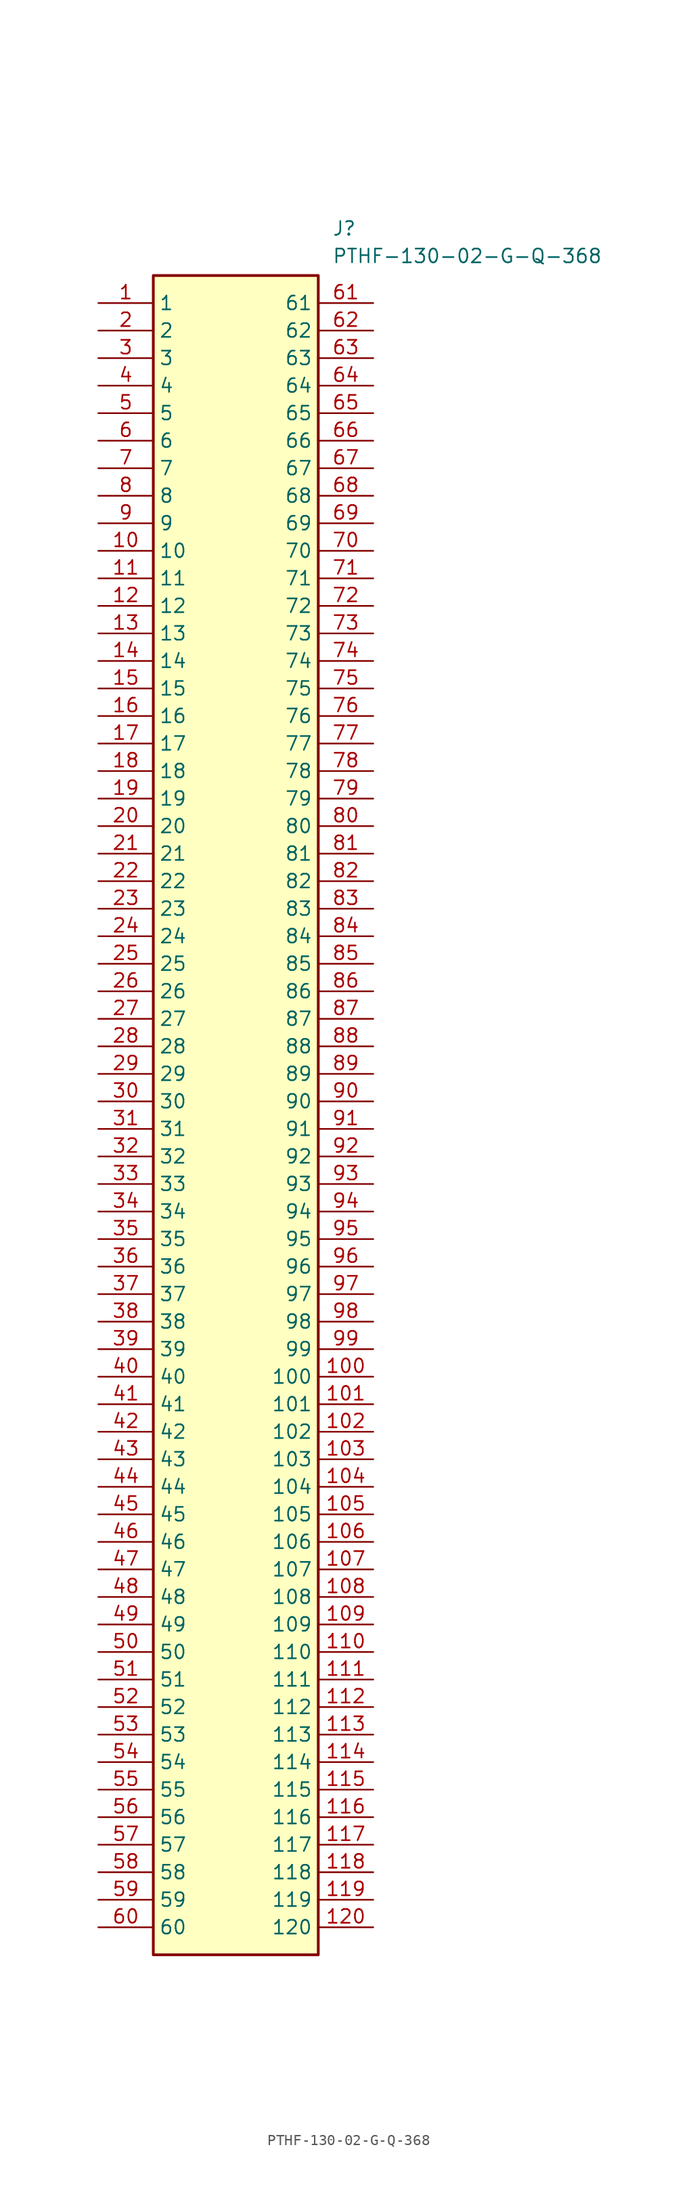
<source format=kicad_sym>
(kicad_symbol_lib
  (version 20211014)
  (generator SamacSys_ECAD_Model)
  (symbol "PTHF-130-02-G-Q-368"
    (property "Reference" "J"
      (at 21.59 7.62 0)
      (effects (font (size 1.27 1.27)) (justify left top)))
    (property "Value" "PTHF-130-02-G-Q-368"
      (at 21.59 5.08 0)
      (effects (font (size 1.27 1.27)) (justify left top)))
    (rectangle
      (start 5.08 2.54)
      (end 20.32 -152.4)
      (stroke (width 0.254) (type default))
      (fill (type background)))
    (pin passive line
      (at 0 0 0)
      (length 5.08)
      (name "1" (effects (font (size 1.27 1.27))))
      (number "1" (effects (font (size 1.27 1.27)))))
    (pin passive line
      (at 0 -2.54 0)
      (length 5.08)
      (name "2" (effects (font (size 1.27 1.27))))
      (number "2" (effects (font (size 1.27 1.27)))))
    (pin passive line
      (at 0 -5.08 0)
      (length 5.08)
      (name "3" (effects (font (size 1.27 1.27))))
      (number "3" (effects (font (size 1.27 1.27)))))
    (pin passive line
      (at 0 -7.62 0)
      (length 5.08)
      (name "4" (effects (font (size 1.27 1.27))))
      (number "4" (effects (font (size 1.27 1.27)))))
    (pin passive line
      (at 0 -10.16 0)
      (length 5.08)
      (name "5" (effects (font (size 1.27 1.27))))
      (number "5" (effects (font (size 1.27 1.27)))))
    (pin passive line
      (at 0 -12.7 0)
      (length 5.08)
      (name "6" (effects (font (size 1.27 1.27))))
      (number "6" (effects (font (size 1.27 1.27)))))
    (pin passive line
      (at 0 -15.24 0)
      (length 5.08)
      (name "7" (effects (font (size 1.27 1.27))))
      (number "7" (effects (font (size 1.27 1.27)))))
    (pin passive line
      (at 0 -17.78 0)
      (length 5.08)
      (name "8" (effects (font (size 1.27 1.27))))
      (number "8" (effects (font (size 1.27 1.27)))))
    (pin passive line
      (at 0 -20.32 0)
      (length 5.08)
      (name "9" (effects (font (size 1.27 1.27))))
      (number "9" (effects (font (size 1.27 1.27)))))
    (pin passive line
      (at 0 -22.86 0)
      (length 5.08)
      (name "10" (effects (font (size 1.27 1.27))))
      (number "10" (effects (font (size 1.27 1.27)))))
    (pin passive line
      (at 0 -25.4 0)
      (length 5.08)
      (name "11" (effects (font (size 1.27 1.27))))
      (number "11" (effects (font (size 1.27 1.27)))))
    (pin passive line
      (at 0 -27.94 0)
      (length 5.08)
      (name "12" (effects (font (size 1.27 1.27))))
      (number "12" (effects (font (size 1.27 1.27)))))
    (pin passive line
      (at 0 -30.48 0)
      (length 5.08)
      (name "13" (effects (font (size 1.27 1.27))))
      (number "13" (effects (font (size 1.27 1.27)))))
    (pin passive line
      (at 0 -33.02 0)
      (length 5.08)
      (name "14" (effects (font (size 1.27 1.27))))
      (number "14" (effects (font (size 1.27 1.27)))))
    (pin passive line
      (at 0 -35.56 0)
      (length 5.08)
      (name "15" (effects (font (size 1.27 1.27))))
      (number "15" (effects (font (size 1.27 1.27)))))
    (pin passive line
      (at 0 -38.1 0)
      (length 5.08)
      (name "16" (effects (font (size 1.27 1.27))))
      (number "16" (effects (font (size 1.27 1.27)))))
    (pin passive line
      (at 0 -40.64 0)
      (length 5.08)
      (name "17" (effects (font (size 1.27 1.27))))
      (number "17" (effects (font (size 1.27 1.27)))))
    (pin passive line
      (at 0 -43.18 0)
      (length 5.08)
      (name "18" (effects (font (size 1.27 1.27))))
      (number "18" (effects (font (size 1.27 1.27)))))
    (pin passive line
      (at 0 -45.72 0)
      (length 5.08)
      (name "19" (effects (font (size 1.27 1.27))))
      (number "19" (effects (font (size 1.27 1.27)))))
    (pin passive line
      (at 0 -48.26 0)
      (length 5.08)
      (name "20" (effects (font (size 1.27 1.27))))
      (number "20" (effects (font (size 1.27 1.27)))))
    (pin passive line
      (at 0 -50.8 0)
      (length 5.08)
      (name "21" (effects (font (size 1.27 1.27))))
      (number "21" (effects (font (size 1.27 1.27)))))
    (pin passive line
      (at 0 -53.34 0)
      (length 5.08)
      (name "22" (effects (font (size 1.27 1.27))))
      (number "22" (effects (font (size 1.27 1.27)))))
    (pin passive line
      (at 0 -55.88 0)
      (length 5.08)
      (name "23" (effects (font (size 1.27 1.27))))
      (number "23" (effects (font (size 1.27 1.27)))))
    (pin passive line
      (at 0 -58.42 0)
      (length 5.08)
      (name "24" (effects (font (size 1.27 1.27))))
      (number "24" (effects (font (size 1.27 1.27)))))
    (pin passive line
      (at 0 -60.96 0)
      (length 5.08)
      (name "25" (effects (font (size 1.27 1.27))))
      (number "25" (effects (font (size 1.27 1.27)))))
    (pin passive line
      (at 0 -63.5 0)
      (length 5.08)
      (name "26" (effects (font (size 1.27 1.27))))
      (number "26" (effects (font (size 1.27 1.27)))))
    (pin passive line
      (at 0 -66.04 0)
      (length 5.08)
      (name "27" (effects (font (size 1.27 1.27))))
      (number "27" (effects (font (size 1.27 1.27)))))
    (pin passive line
      (at 0 -68.58 0)
      (length 5.08)
      (name "28" (effects (font (size 1.27 1.27))))
      (number "28" (effects (font (size 1.27 1.27)))))
    (pin passive line
      (at 0 -71.12 0)
      (length 5.08)
      (name "29" (effects (font (size 1.27 1.27))))
      (number "29" (effects (font (size 1.27 1.27)))))
    (pin passive line
      (at 0 -73.66 0)
      (length 5.08)
      (name "30" (effects (font (size 1.27 1.27))))
      (number "30" (effects (font (size 1.27 1.27)))))
    (pin passive line
      (at 0 -76.2 0)
      (length 5.08)
      (name "31" (effects (font (size 1.27 1.27))))
      (number "31" (effects (font (size 1.27 1.27)))))
    (pin passive line
      (at 0 -78.74 0)
      (length 5.08)
      (name "32" (effects (font (size 1.27 1.27))))
      (number "32" (effects (font (size 1.27 1.27)))))
    (pin passive line
      (at 0 -81.28 0)
      (length 5.08)
      (name "33" (effects (font (size 1.27 1.27))))
      (number "33" (effects (font (size 1.27 1.27)))))
    (pin passive line
      (at 0 -83.82 0)
      (length 5.08)
      (name "34" (effects (font (size 1.27 1.27))))
      (number "34" (effects (font (size 1.27 1.27)))))
    (pin passive line
      (at 0 -86.36 0)
      (length 5.08)
      (name "35" (effects (font (size 1.27 1.27))))
      (number "35" (effects (font (size 1.27 1.27)))))
    (pin passive line
      (at 0 -88.9 0)
      (length 5.08)
      (name "36" (effects (font (size 1.27 1.27))))
      (number "36" (effects (font (size 1.27 1.27)))))
    (pin passive line
      (at 0 -91.44 0)
      (length 5.08)
      (name "37" (effects (font (size 1.27 1.27))))
      (number "37" (effects (font (size 1.27 1.27)))))
    (pin passive line
      (at 0 -93.98 0)
      (length 5.08)
      (name "38" (effects (font (size 1.27 1.27))))
      (number "38" (effects (font (size 1.27 1.27)))))
    (pin passive line
      (at 0 -96.52 0)
      (length 5.08)
      (name "39" (effects (font (size 1.27 1.27))))
      (number "39" (effects (font (size 1.27 1.27)))))
    (pin passive line
      (at 0 -99.06 0)
      (length 5.08)
      (name "40" (effects (font (size 1.27 1.27))))
      (number "40" (effects (font (size 1.27 1.27)))))
    (pin passive line
      (at 0 -101.6 0)
      (length 5.08)
      (name "41" (effects (font (size 1.27 1.27))))
      (number "41" (effects (font (size 1.27 1.27)))))
    (pin passive line
      (at 0 -104.14 0)
      (length 5.08)
      (name "42" (effects (font (size 1.27 1.27))))
      (number "42" (effects (font (size 1.27 1.27)))))
    (pin passive line
      (at 0 -106.68 0)
      (length 5.08)
      (name "43" (effects (font (size 1.27 1.27))))
      (number "43" (effects (font (size 1.27 1.27)))))
    (pin passive line
      (at 0 -109.22 0)
      (length 5.08)
      (name "44" (effects (font (size 1.27 1.27))))
      (number "44" (effects (font (size 1.27 1.27)))))
    (pin passive line
      (at 0 -111.76 0)
      (length 5.08)
      (name "45" (effects (font (size 1.27 1.27))))
      (number "45" (effects (font (size 1.27 1.27)))))
    (pin passive line
      (at 0 -114.3 0)
      (length 5.08)
      (name "46" (effects (font (size 1.27 1.27))))
      (number "46" (effects (font (size 1.27 1.27)))))
    (pin passive line
      (at 0 -116.84 0)
      (length 5.08)
      (name "47" (effects (font (size 1.27 1.27))))
      (number "47" (effects (font (size 1.27 1.27)))))
    (pin passive line
      (at 0 -119.38 0)
      (length 5.08)
      (name "48" (effects (font (size 1.27 1.27))))
      (number "48" (effects (font (size 1.27 1.27)))))
    (pin passive line
      (at 0 -121.92 0)
      (length 5.08)
      (name "49" (effects (font (size 1.27 1.27))))
      (number "49" (effects (font (size 1.27 1.27)))))
    (pin passive line
      (at 0 -124.46 0)
      (length 5.08)
      (name "50" (effects (font (size 1.27 1.27))))
      (number "50" (effects (font (size 1.27 1.27)))))
    (pin passive line
      (at 0 -127 0)
      (length 5.08)
      (name "51" (effects (font (size 1.27 1.27))))
      (number "51" (effects (font (size 1.27 1.27)))))
    (pin passive line
      (at 0 -129.54 0)
      (length 5.08)
      (name "52" (effects (font (size 1.27 1.27))))
      (number "52" (effects (font (size 1.27 1.27)))))
    (pin passive line
      (at 0 -132.08 0)
      (length 5.08)
      (name "53" (effects (font (size 1.27 1.27))))
      (number "53" (effects (font (size 1.27 1.27)))))
    (pin passive line
      (at 0 -134.62 0)
      (length 5.08)
      (name "54" (effects (font (size 1.27 1.27))))
      (number "54" (effects (font (size 1.27 1.27)))))
    (pin passive line
      (at 0 -137.16 0)
      (length 5.08)
      (name "55" (effects (font (size 1.27 1.27))))
      (number "55" (effects (font (size 1.27 1.27)))))
    (pin passive line
      (at 0 -139.7 0)
      (length 5.08)
      (name "56" (effects (font (size 1.27 1.27))))
      (number "56" (effects (font (size 1.27 1.27)))))
    (pin passive line
      (at 0 -142.24 0)
      (length 5.08)
      (name "57" (effects (font (size 1.27 1.27))))
      (number "57" (effects (font (size 1.27 1.27)))))
    (pin passive line
      (at 0 -144.78 0)
      (length 5.08)
      (name "58" (effects (font (size 1.27 1.27))))
      (number "58" (effects (font (size 1.27 1.27)))))
    (pin passive line
      (at 0 -147.32 0)
      (length 5.08)
      (name "59" (effects (font (size 1.27 1.27))))
      (number "59" (effects (font (size 1.27 1.27)))))
    (pin passive line
      (at 0 -149.86 0)
      (length 5.08)
      (name "60" (effects (font (size 1.27 1.27))))
      (number "60" (effects (font (size 1.27 1.27)))))
    (pin passive line
      (at 25.4 0 180)
      (length 5.08)
      (name "61" (effects (font (size 1.27 1.27))))
      (number "61" (effects (font (size 1.27 1.27)))))
    (pin passive line
      (at 25.4 -2.54 180)
      (length 5.08)
      (name "62" (effects (font (size 1.27 1.27))))
      (number "62" (effects (font (size 1.27 1.27)))))
    (pin passive line
      (at 25.4 -5.08 180)
      (length 5.08)
      (name "63" (effects (font (size 1.27 1.27))))
      (number "63" (effects (font (size 1.27 1.27)))))
    (pin passive line
      (at 25.4 -7.62 180)
      (length 5.08)
      (name "64" (effects (font (size 1.27 1.27))))
      (number "64" (effects (font (size 1.27 1.27)))))
    (pin passive line
      (at 25.4 -10.16 180)
      (length 5.08)
      (name "65" (effects (font (size 1.27 1.27))))
      (number "65" (effects (font (size 1.27 1.27)))))
    (pin passive line
      (at 25.4 -12.7 180)
      (length 5.08)
      (name "66" (effects (font (size 1.27 1.27))))
      (number "66" (effects (font (size 1.27 1.27)))))
    (pin passive line
      (at 25.4 -15.24 180)
      (length 5.08)
      (name "67" (effects (font (size 1.27 1.27))))
      (number "67" (effects (font (size 1.27 1.27)))))
    (pin passive line
      (at 25.4 -17.78 180)
      (length 5.08)
      (name "68" (effects (font (size 1.27 1.27))))
      (number "68" (effects (font (size 1.27 1.27)))))
    (pin passive line
      (at 25.4 -20.32 180)
      (length 5.08)
      (name "69" (effects (font (size 1.27 1.27))))
      (number "69" (effects (font (size 1.27 1.27)))))
    (pin passive line
      (at 25.4 -22.86 180)
      (length 5.08)
      (name "70" (effects (font (size 1.27 1.27))))
      (number "70" (effects (font (size 1.27 1.27)))))
    (pin passive line
      (at 25.4 -25.4 180)
      (length 5.08)
      (name "71" (effects (font (size 1.27 1.27))))
      (number "71" (effects (font (size 1.27 1.27)))))
    (pin passive line
      (at 25.4 -27.94 180)
      (length 5.08)
      (name "72" (effects (font (size 1.27 1.27))))
      (number "72" (effects (font (size 1.27 1.27)))))
    (pin passive line
      (at 25.4 -30.48 180)
      (length 5.08)
      (name "73" (effects (font (size 1.27 1.27))))
      (number "73" (effects (font (size 1.27 1.27)))))
    (pin passive line
      (at 25.4 -33.02 180)
      (length 5.08)
      (name "74" (effects (font (size 1.27 1.27))))
      (number "74" (effects (font (size 1.27 1.27)))))
    (pin passive line
      (at 25.4 -35.56 180)
      (length 5.08)
      (name "75" (effects (font (size 1.27 1.27))))
      (number "75" (effects (font (size 1.27 1.27)))))
    (pin passive line
      (at 25.4 -38.1 180)
      (length 5.08)
      (name "76" (effects (font (size 1.27 1.27))))
      (number "76" (effects (font (size 1.27 1.27)))))
    (pin passive line
      (at 25.4 -40.64 180)
      (length 5.08)
      (name "77" (effects (font (size 1.27 1.27))))
      (number "77" (effects (font (size 1.27 1.27)))))
    (pin passive line
      (at 25.4 -43.18 180)
      (length 5.08)
      (name "78" (effects (font (size 1.27 1.27))))
      (number "78" (effects (font (size 1.27 1.27)))))
    (pin passive line
      (at 25.4 -45.72 180)
      (length 5.08)
      (name "79" (effects (font (size 1.27 1.27))))
      (number "79" (effects (font (size 1.27 1.27)))))
    (pin passive line
      (at 25.4 -48.26 180)
      (length 5.08)
      (name "80" (effects (font (size 1.27 1.27))))
      (number "80" (effects (font (size 1.27 1.27)))))
    (pin passive line
      (at 25.4 -50.8 180)
      (length 5.08)
      (name "81" (effects (font (size 1.27 1.27))))
      (number "81" (effects (font (size 1.27 1.27)))))
    (pin passive line
      (at 25.4 -53.34 180)
      (length 5.08)
      (name "82" (effects (font (size 1.27 1.27))))
      (number "82" (effects (font (size 1.27 1.27)))))
    (pin passive line
      (at 25.4 -55.88 180)
      (length 5.08)
      (name "83" (effects (font (size 1.27 1.27))))
      (number "83" (effects (font (size 1.27 1.27)))))
    (pin passive line
      (at 25.4 -58.42 180)
      (length 5.08)
      (name "84" (effects (font (size 1.27 1.27))))
      (number "84" (effects (font (size 1.27 1.27)))))
    (pin passive line
      (at 25.4 -60.96 180)
      (length 5.08)
      (name "85" (effects (font (size 1.27 1.27))))
      (number "85" (effects (font (size 1.27 1.27)))))
    (pin passive line
      (at 25.4 -63.5 180)
      (length 5.08)
      (name "86" (effects (font (size 1.27 1.27))))
      (number "86" (effects (font (size 1.27 1.27)))))
    (pin passive line
      (at 25.4 -66.04 180)
      (length 5.08)
      (name "87" (effects (font (size 1.27 1.27))))
      (number "87" (effects (font (size 1.27 1.27)))))
    (pin passive line
      (at 25.4 -68.58 180)
      (length 5.08)
      (name "88" (effects (font (size 1.27 1.27))))
      (number "88" (effects (font (size 1.27 1.27)))))
    (pin passive line
      (at 25.4 -71.12 180)
      (length 5.08)
      (name "89" (effects (font (size 1.27 1.27))))
      (number "89" (effects (font (size 1.27 1.27)))))
    (pin passive line
      (at 25.4 -73.66 180)
      (length 5.08)
      (name "90" (effects (font (size 1.27 1.27))))
      (number "90" (effects (font (size 1.27 1.27)))))
    (pin passive line
      (at 25.4 -76.2 180)
      (length 5.08)
      (name "91" (effects (font (size 1.27 1.27))))
      (number "91" (effects (font (size 1.27 1.27)))))
    (pin passive line
      (at 25.4 -78.74 180)
      (length 5.08)
      (name "92" (effects (font (size 1.27 1.27))))
      (number "92" (effects (font (size 1.27 1.27)))))
    (pin passive line
      (at 25.4 -81.28 180)
      (length 5.08)
      (name "93" (effects (font (size 1.27 1.27))))
      (number "93" (effects (font (size 1.27 1.27)))))
    (pin passive line
      (at 25.4 -83.82 180)
      (length 5.08)
      (name "94" (effects (font (size 1.27 1.27))))
      (number "94" (effects (font (size 1.27 1.27)))))
    (pin passive line
      (at 25.4 -86.36 180)
      (length 5.08)
      (name "95" (effects (font (size 1.27 1.27))))
      (number "95" (effects (font (size 1.27 1.27)))))
    (pin passive line
      (at 25.4 -88.9 180)
      (length 5.08)
      (name "96" (effects (font (size 1.27 1.27))))
      (number "96" (effects (font (size 1.27 1.27)))))
    (pin passive line
      (at 25.4 -91.44 180)
      (length 5.08)
      (name "97" (effects (font (size 1.27 1.27))))
      (number "97" (effects (font (size 1.27 1.27)))))
    (pin passive line
      (at 25.4 -93.98 180)
      (length 5.08)
      (name "98" (effects (font (size 1.27 1.27))))
      (number "98" (effects (font (size 1.27 1.27)))))
    (pin passive line
      (at 25.4 -96.52 180)
      (length 5.08)
      (name "99" (effects (font (size 1.27 1.27))))
      (number "99" (effects (font (size 1.27 1.27)))))
    (pin passive line
      (at 25.4 -99.06 180)
      (length 5.08)
      (name "100" (effects (font (size 1.27 1.27))))
      (number "100" (effects (font (size 1.27 1.27)))))
    (pin passive line
      (at 25.4 -101.6 180)
      (length 5.08)
      (name "101" (effects (font (size 1.27 1.27))))
      (number "101" (effects (font (size 1.27 1.27)))))
    (pin passive line
      (at 25.4 -104.14 180)
      (length 5.08)
      (name "102" (effects (font (size 1.27 1.27))))
      (number "102" (effects (font (size 1.27 1.27)))))
    (pin passive line
      (at 25.4 -106.68 180)
      (length 5.08)
      (name "103" (effects (font (size 1.27 1.27))))
      (number "103" (effects (font (size 1.27 1.27)))))
    (pin passive line
      (at 25.4 -109.22 180)
      (length 5.08)
      (name "104" (effects (font (size 1.27 1.27))))
      (number "104" (effects (font (size 1.27 1.27)))))
    (pin passive line
      (at 25.4 -111.76 180)
      (length 5.08)
      (name "105" (effects (font (size 1.27 1.27))))
      (number "105" (effects (font (size 1.27 1.27)))))
    (pin passive line
      (at 25.4 -114.3 180)
      (length 5.08)
      (name "106" (effects (font (size 1.27 1.27))))
      (number "106" (effects (font (size 1.27 1.27)))))
    (pin passive line
      (at 25.4 -116.84 180)
      (length 5.08)
      (name "107" (effects (font (size 1.27 1.27))))
      (number "107" (effects (font (size 1.27 1.27)))))
    (pin passive line
      (at 25.4 -119.38 180)
      (length 5.08)
      (name "108" (effects (font (size 1.27 1.27))))
      (number "108" (effects (font (size 1.27 1.27)))))
    (pin passive line
      (at 25.4 -121.92 180)
      (length 5.08)
      (name "109" (effects (font (size 1.27 1.27))))
      (number "109" (effects (font (size 1.27 1.27)))))
    (pin passive line
      (at 25.4 -124.46 180)
      (length 5.08)
      (name "110" (effects (font (size 1.27 1.27))))
      (number "110" (effects (font (size 1.27 1.27)))))
    (pin passive line
      (at 25.4 -127 180)
      (length 5.08)
      (name "111" (effects (font (size 1.27 1.27))))
      (number "111" (effects (font (size 1.27 1.27)))))
    (pin passive line
      (at 25.4 -129.54 180)
      (length 5.08)
      (name "112" (effects (font (size 1.27 1.27))))
      (number "112" (effects (font (size 1.27 1.27)))))
    (pin passive line
      (at 25.4 -132.08 180)
      (length 5.08)
      (name "113" (effects (font (size 1.27 1.27))))
      (number "113" (effects (font (size 1.27 1.27)))))
    (pin passive line
      (at 25.4 -134.62 180)
      (length 5.08)
      (name "114" (effects (font (size 1.27 1.27))))
      (number "114" (effects (font (size 1.27 1.27)))))
    (pin passive line
      (at 25.4 -137.16 180)
      (length 5.08)
      (name "115" (effects (font (size 1.27 1.27))))
      (number "115" (effects (font (size 1.27 1.27)))))
    (pin passive line
      (at 25.4 -139.7 180)
      (length 5.08)
      (name "116" (effects (font (size 1.27 1.27))))
      (number "116" (effects (font (size 1.27 1.27)))))
    (pin passive line
      (at 25.4 -142.24 180)
      (length 5.08)
      (name "117" (effects (font (size 1.27 1.27))))
      (number "117" (effects (font (size 1.27 1.27)))))
    (pin passive line
      (at 25.4 -144.78 180)
      (length 5.08)
      (name "118" (effects (font (size 1.27 1.27))))
      (number "118" (effects (font (size 1.27 1.27)))))
    (pin passive line
      (at 25.4 -147.32 180)
      (length 5.08)
      (name "119" (effects (font (size 1.27 1.27))))
      (number "119" (effects (font (size 1.27 1.27)))))
    (pin passive line
      (at 25.4 -149.86 180)
      (length 5.08)
      (name "120" (effects (font (size 1.27 1.27))))
      (number "120" (effects (font (size 1.27 1.27)))))))
</source>
